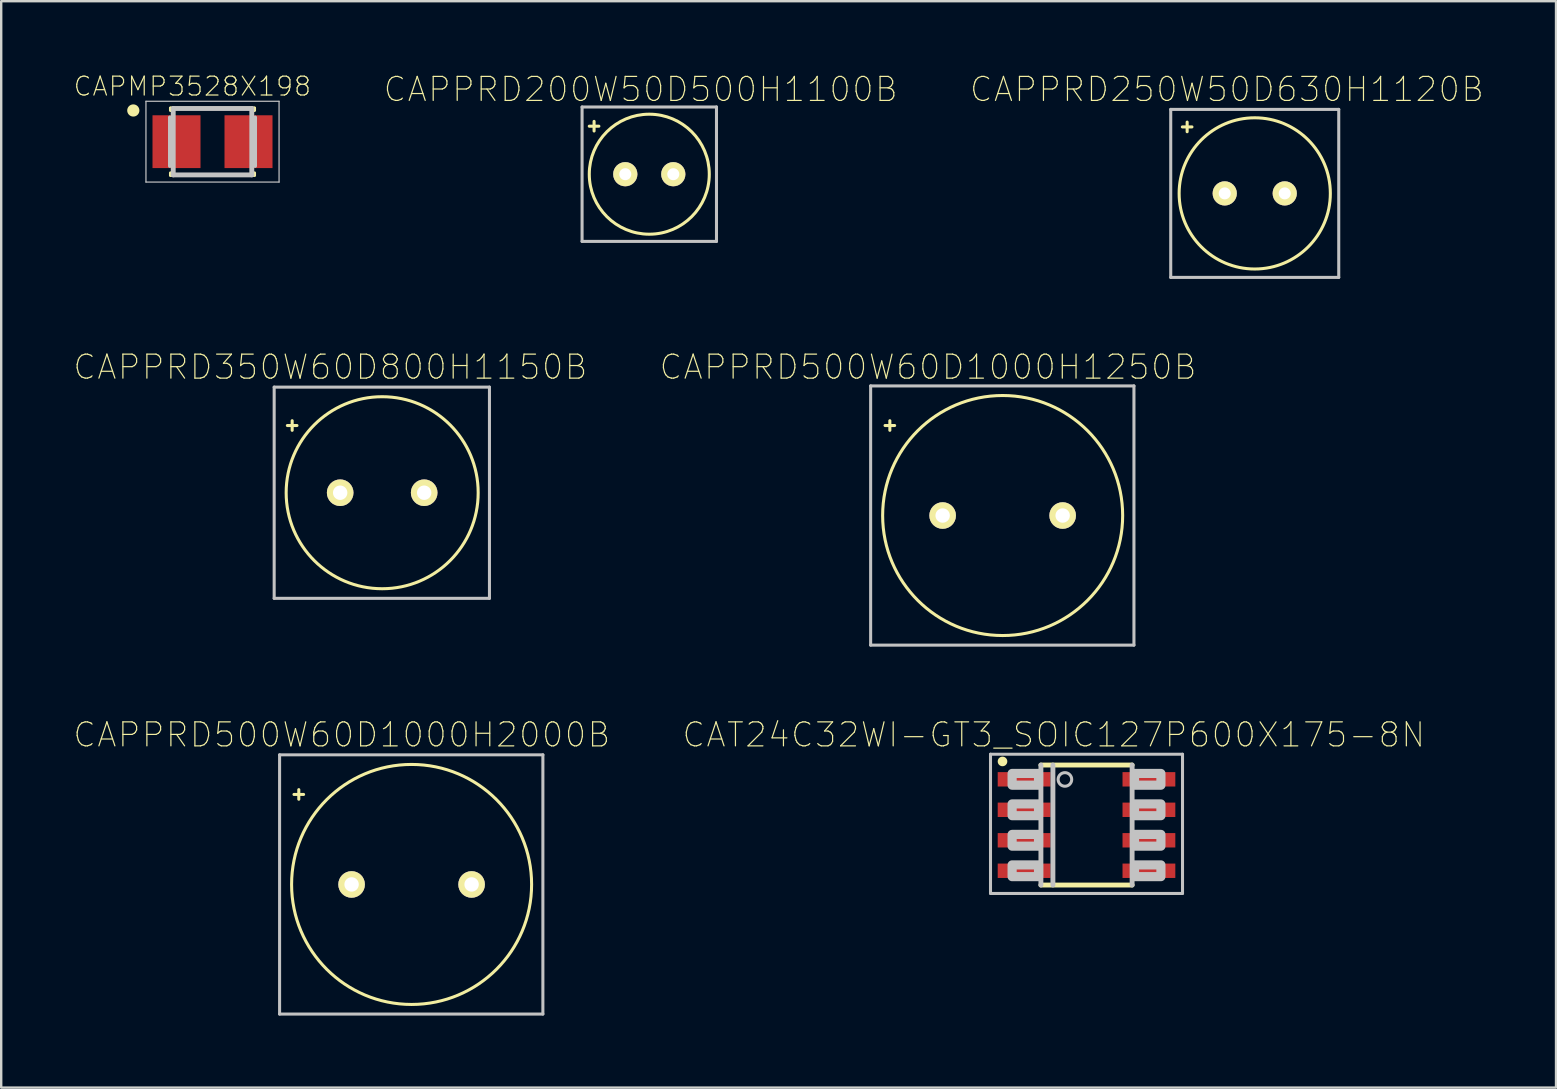
<source format=kicad_pcb>
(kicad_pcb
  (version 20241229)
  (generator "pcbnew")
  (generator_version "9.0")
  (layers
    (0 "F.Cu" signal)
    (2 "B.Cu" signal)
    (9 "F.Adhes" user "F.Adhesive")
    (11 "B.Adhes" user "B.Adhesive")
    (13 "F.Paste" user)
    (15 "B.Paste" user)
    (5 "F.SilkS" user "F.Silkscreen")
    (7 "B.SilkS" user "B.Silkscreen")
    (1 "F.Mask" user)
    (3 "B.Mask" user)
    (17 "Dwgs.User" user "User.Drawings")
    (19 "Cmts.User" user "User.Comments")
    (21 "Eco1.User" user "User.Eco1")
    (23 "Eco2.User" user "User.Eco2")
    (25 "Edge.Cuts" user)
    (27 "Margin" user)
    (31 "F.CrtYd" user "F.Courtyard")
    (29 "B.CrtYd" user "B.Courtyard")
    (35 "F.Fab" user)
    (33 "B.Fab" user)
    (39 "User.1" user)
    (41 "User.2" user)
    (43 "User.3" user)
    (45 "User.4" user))
  (footprint "CAT24C32WI-GT3_SOIC127P600X175-8N"
    (layer "F.Cu")
    (at 42.219 31.325)
    (property "Reference" "CAT24C32WI-GT3_SOIC127P600X175-8N" (at -1.365 -3.76 0) (layer "F.SilkS") (effects (font (size 1 1) (thickness 0.05))))
    (attr smd)
    (fp_line (start -1.9 -2.5) (end 1.9 -2.5) (stroke (width 0.203) (type solid)) (layer "F.SilkS"))
    (fp_line (start 1.9 2.5) (end -1.9 2.5) (stroke (width 0.203) (type solid)) (layer "F.SilkS"))
    (fp_circle (center -3.5 -2.65) (end -3.3 -2.65) (stroke (width 0) (type solid)) (fill yes) (layer "F.SilkS"))
    (fp_line (start -4 -2.95) (end 4 -2.95) (stroke (width 0.127) (type solid)) (layer "Dwgs.User"))
    (fp_line (start -4 2.85) (end -4 -2.95) (stroke (width 0.127) (type solid)) (layer "Dwgs.User"))
    (fp_line (start -1.9 2.5) (end -1.9 -2.5) (stroke (width 0.203) (type solid)) (layer "Dwgs.User"))
    (fp_line (start -1.4 2.5) (end -1.4 -2.5) (stroke (width 0.203) (type solid)) (layer "Dwgs.User"))
    (fp_line (start 1.9 -2.5) (end 1.9 2.5) (stroke (width 0.203) (type solid)) (layer "Dwgs.User"))
    (fp_line (start 4 -2.95) (end 4 2.85) (stroke (width 0.127) (type solid)) (layer "Dwgs.User"))
    (fp_line (start 4 2.85) (end -4 2.85) (stroke (width 0.127) (type solid)) (layer "Dwgs.User"))
    (fp_circle (center -0.9 -1.9) (end -0.617 -1.9) (stroke (width 0.127) (type solid)) (fill no) (layer "Dwgs.User"))
    (fp_poly (pts (xy -2 -2.15) (xy -2 -1.66) (xy -3.1 -1.66) (xy -3.1 -2.15)) (stroke (width 0.381) (type solid)) (fill no) (layer "Dwgs.User"))
    (fp_poly (pts (xy -2 -0.88) (xy -2 -0.39) (xy -3.1 -0.39) (xy -3.1 -0.88)) (stroke (width 0.381) (type solid)) (fill no) (layer "Dwgs.User"))
    (fp_poly (pts (xy -2 0.39) (xy -2 0.88) (xy -3.1 0.88) (xy -3.1 0.39)) (stroke (width 0.381) (type solid)) (fill no) (layer "Dwgs.User"))
    (fp_poly (pts (xy -2 1.66) (xy -2 2.15) (xy -3.1 2.15) (xy -3.1 1.66)) (stroke (width 0.381) (type solid)) (fill no) (layer "Dwgs.User"))
    (fp_poly (pts (xy 3.1 -2.15) (xy 3.1 -1.66) (xy 2 -1.66) (xy 2 -2.15)) (stroke (width 0.381) (type solid)) (fill no) (layer "Dwgs.User"))
    (fp_poly (pts (xy 3.1 -0.88) (xy 3.1 -0.39) (xy 2 -0.39) (xy 2 -0.88)) (stroke (width 0.381) (type solid)) (fill no) (layer "Dwgs.User"))
    (fp_poly (pts (xy 3.1 0.39) (xy 3.1 0.88) (xy 2 0.88) (xy 2 0.39)) (stroke (width 0.381) (type solid)) (fill no) (layer "Dwgs.User"))
    (fp_poly (pts (xy 3.1 1.66) (xy 3.1 2.15) (xy 2 2.15) (xy 2 1.66)) (stroke (width 0.381) (type solid)) (fill no) (layer "Dwgs.User"))
    (pad "1" smd rect (at -2.6 -1.905 270) (size 0.6 2.2) (layers "F.Cu" "F.Mask" "F.Paste"))
    (pad "2" smd rect (at -2.6 -0.635 270) (size 0.6 2.2) (layers "F.Cu" "F.Mask" "F.Paste"))
    (pad "3" smd rect (at -2.6 0.635 270) (size 0.6 2.2) (layers "F.Cu" "F.Mask" "F.Paste"))
    (pad "4" smd rect (at -2.6 1.905 270) (size 0.6 2.2) (layers "F.Cu" "F.Mask" "F.Paste"))
    (pad "5" smd rect (at 2.6 1.905 270) (size 0.6 2.2) (layers "F.Cu" "F.Mask" "F.Paste"))
    (pad "6" smd rect (at 2.6 0.635 270) (size 0.6 2.2) (layers "F.Cu" "F.Mask" "F.Paste"))
    (pad "7" smd rect (at 2.6 -0.635 270) (size 0.6 2.2) (layers "F.Cu" "F.Mask" "F.Paste"))
    (pad "8" smd rect (at 2.6 -1.905 270) (size 0.6 2.2) (layers "F.Cu" "F.Mask" "F.Paste")))
  (footprint "CAPPRD350W60D800H1150B"
    (layer "F.Cu")
    (at 12.873 17.479)
    (property "Reference" "CAPPRD350W60D800H1150B" (at -2.16 -5.235 0) (layer "F.SilkS") (effects (font (size 1 1) (thickness 0.05))))
    (attr through_hole)
    (fp_line (start -3.95 -2.8) (end -3.55 -2.8) (stroke (width 0.127) (type solid)) (layer "F.SilkS"))
    (fp_line (start -3.75 -3) (end -3.75 -2.6) (stroke (width 0.127) (type solid)) (layer "F.SilkS"))
    (fp_circle (center 0 0) (end 4 0) (stroke (width 0.127) (type solid)) (fill no) (layer "F.SilkS"))
    (fp_line (start -4.5 -4.4) (end -4.5 4.4) (stroke (width 0.127) (type solid)) (layer "Dwgs.User"))
    (fp_line (start -4.5 4.4) (end 4.47 4.4) (stroke (width 0.127) (type solid)) (layer "Dwgs.User"))
    (fp_line (start 4.47 -4.4) (end -4.5 -4.4) (stroke (width 0.127) (type solid)) (layer "Dwgs.User"))
    (fp_line (start 4.47 4.4) (end 4.47 -4.4) (stroke (width 0.127) (type solid)) (layer "Dwgs.User"))
    (pad "+" thru_hole circle (at -1.75 0) (size 1.108 1.108) (drill 0.6) (layers "*.Cu" "*.Mask" "F.SilkS"))
    (pad "-" thru_hole circle (at 1.75 0) (size 1.108 1.108) (drill 0.6) (layers "*.Cu" "*.Mask" "F.SilkS")))
  (footprint "CAPPRD500W60D1000H1250B"
    (layer "F.Cu")
    (at 38.725 18.429)
    (property "Reference" "CAPPRD500W60D1000H1250B" (at -3.11 -6.185 0) (layer "F.SilkS") (effects (font (size 1 1) (thickness 0.05))))
    (attr through_hole)
    (fp_line (start -4.9 -3.75) (end -4.5 -3.75) (stroke (width 0.127) (type solid)) (layer "F.SilkS"))
    (fp_line (start -4.7 -3.95) (end -4.7 -3.55) (stroke (width 0.127) (type solid)) (layer "F.SilkS"))
    (fp_circle (center 0 0) (end 5 0) (stroke (width 0.127) (type solid)) (fill no) (layer "F.SilkS"))
    (fp_line (start -5.5 -5.4) (end -5.5 5.4) (stroke (width 0.127) (type solid)) (layer "Dwgs.User"))
    (fp_line (start -5.5 5.4) (end 5.47 5.4) (stroke (width 0.127) (type solid)) (layer "Dwgs.User"))
    (fp_line (start 5.47 -5.4) (end -5.5 -5.4) (stroke (width 0.127) (type solid)) (layer "Dwgs.User"))
    (fp_line (start 5.47 5.4) (end 5.47 -5.4) (stroke (width 0.127) (type solid)) (layer "Dwgs.User"))
    (pad "+" thru_hole circle (at -2.5 0) (size 1.108 1.108) (drill 0.6) (layers "*.Cu" "*.Mask" "F.SilkS"))
    (pad "-" thru_hole circle (at 2.5 0) (size 1.108 1.108) (drill 0.6) (layers "*.Cu" "*.Mask" "F.SilkS")))
  (footprint "CAPPRD250W50D630H1120B"
    (layer "F.Cu")
    (at 49.228 5.008)
    (property "Reference" "CAPPRD250W50D630H1120B" (at -1.16 -4.335 0) (layer "F.SilkS") (effects (font (size 1 1) (thickness 0.05))))
    (attr through_hole)
    (fp_line (start -3.016 -2.77) (end -2.616 -2.77) (stroke (width 0.127) (type solid)) (layer "F.SilkS"))
    (fp_line (start -2.816 -2.97) (end -2.816 -2.57) (stroke (width 0.127) (type solid)) (layer "F.SilkS"))
    (fp_circle (center 0 0) (end 3.15 0) (stroke (width 0.127) (type solid)) (fill no) (layer "F.SilkS"))
    (fp_line (start -3.5 -3.5) (end -3.5 3.5) (stroke (width 0.127) (type solid)) (layer "Dwgs.User"))
    (fp_line (start -3.5 3.5) (end 3.5 3.5) (stroke (width 0.127) (type solid)) (layer "Dwgs.User"))
    (fp_line (start 3.5 -3.5) (end -3.5 -3.5) (stroke (width 0.127) (type solid)) (layer "Dwgs.User"))
    (fp_line (start 3.5 3.5) (end 3.5 -3.5) (stroke (width 0.127) (type solid)) (layer "Dwgs.User"))
    (pad "+" thru_hole circle (at -1.25 0) (size 1.008 1.008) (drill 0.5) (layers "*.Cu" "*.Mask" "F.SilkS"))
    (pad "-" thru_hole circle (at 1.25 0) (size 1.008 1.008) (drill 0.5) (layers "*.Cu" "*.Mask" "F.SilkS")))
  (footprint "CAPPRD500W60D1000H2000B"
    (layer "F.Cu")
    (at 14.099 33.8)
    (property "Reference" "CAPPRD500W60D1000H2000B" (at -2.91 -6.235 0) (layer "F.SilkS") (effects (font (size 1 1) (thickness 0.05))))
    (attr through_hole)
    (fp_line (start -4.9 -3.75) (end -4.5 -3.75) (stroke (width 0.127) (type solid)) (layer "F.SilkS"))
    (fp_line (start -4.7 -3.95) (end -4.7 -3.55) (stroke (width 0.127) (type solid)) (layer "F.SilkS"))
    (fp_circle (center 0 0) (end 5 0) (stroke (width 0.127) (type solid)) (fill no) (layer "F.SilkS"))
    (fp_line (start -5.5 -5.4) (end -5.5 5.4) (stroke (width 0.127) (type solid)) (layer "Dwgs.User"))
    (fp_line (start -5.5 5.4) (end 5.47 5.4) (stroke (width 0.127) (type solid)) (layer "Dwgs.User"))
    (fp_line (start 5.47 -5.4) (end -5.5 -5.4) (stroke (width 0.127) (type solid)) (layer "Dwgs.User"))
    (fp_line (start 5.47 5.4) (end 5.47 -5.4) (stroke (width 0.127) (type solid)) (layer "Dwgs.User"))
    (pad "+" thru_hole circle (at -2.5 0) (size 1.108 1.108) (drill 0.6) (layers "*.Cu" "*.Mask" "F.SilkS"))
    (pad "-" thru_hole circle (at 2.5 0) (size 1.108 1.108) (drill 0.6) (layers "*.Cu" "*.Mask" "F.SilkS")))
  (footprint "CAPPRD200W50D500H1100B"
    (layer "F.Cu")
    (at 24.002 4.208)
    (property "Reference" "CAPPRD200W50D500H1100B" (at -0.36 -3.535 0) (layer "F.SilkS") (effects (font (size 1 1) (thickness 0.05))))
    (attr through_hole)
    (fp_line (start -2.5 -2) (end -2.1 -2) (stroke (width 0.127) (type solid)) (layer "F.SilkS"))
    (fp_line (start -2.3 -2.2) (end -2.3 -1.8) (stroke (width 0.127) (type solid)) (layer "F.SilkS"))
    (fp_circle (center 0 0) (end 2.5 0) (stroke (width 0.127) (type solid)) (fill no) (layer "F.SilkS"))
    (fp_line (start -2.8 -2.8) (end -2.8 2.8) (stroke (width 0.127) (type solid)) (layer "Dwgs.User"))
    (fp_line (start -2.8 2.8) (end 2.8 2.8) (stroke (width 0.127) (type solid)) (layer "Dwgs.User"))
    (fp_line (start 2.8 -2.8) (end -2.8 -2.8) (stroke (width 0.127) (type solid)) (layer "Dwgs.User"))
    (fp_line (start 2.8 2.8) (end 2.8 -2.8) (stroke (width 0.127) (type solid)) (layer "Dwgs.User"))
    (pad "+" thru_hole circle (at -1 0) (size 1.008 1.008) (drill 0.5) (layers "*.Cu" "*.Mask" "F.SilkS"))
    (pad "-" thru_hole circle (at 1 0) (size 1.008 1.008) (drill 0.5) (layers "*.Cu" "*.Mask" "F.SilkS")))
  (footprint "CAPMP3528X198"
    (layer "F.Cu")
    (at 5.804 2.853)
    (property "Reference" "CAPMP3528X198" (at -0.84 -2.305 0) (layer "F.SilkS") (effects (font (size 0.787 0.787) (thickness 0.05))))
    (attr smd)
    (fp_line (start -1.75 -1.4) (end -1.75 -1.3) (stroke (width 0.127) (type solid)) (layer "F.SilkS"))
    (fp_line (start -1.75 -1.4) (end 1.75 -1.4) (stroke (width 0.127) (type solid)) (layer "F.SilkS"))
    (fp_line (start -1.75 1.4) (end -1.75 1.3) (stroke (width 0.127) (type solid)) (layer "F.SilkS"))
    (fp_line (start -1.75 1.4) (end 1.75 1.4) (stroke (width 0.127) (type solid)) (layer "F.SilkS"))
    (fp_line (start 1.75 -1.4) (end 1.75 -1.3) (stroke (width 0.127) (type solid)) (layer "F.SilkS"))
    (fp_line (start 1.75 1.4) (end 1.75 1.3) (stroke (width 0.127) (type solid)) (layer "F.SilkS"))
    (fp_circle (center -3.3 -1.3) (end -3.046 -1.3) (stroke (width 0) (type solid)) (fill yes) (layer "F.SilkS"))
    (fp_line (start -2.773 -1.683) (end 2.773 -1.683) (stroke (width 0.051) (type solid)) (layer "Dwgs.User"))
    (fp_line (start -2.773 1.683) (end -2.773 -1.683) (stroke (width 0.051) (type solid)) (layer "Dwgs.User"))
    (fp_line (start -1.778 1.016) (end -1.778 -1.016) (stroke (width 0.152) (type solid)) (layer "Dwgs.User"))
    (fp_line (start -1.637 -1.383) (end -1.637 1.383) (stroke (width 0.203) (type solid)) (layer "Dwgs.User"))
    (fp_line (start -1.637 -1.383) (end 1.637 -1.383) (stroke (width 0.203) (type solid)) (layer "Dwgs.User"))
    (fp_line (start -1.637 1.383) (end 1.637 1.383) (stroke (width 0.203) (type solid)) (layer "Dwgs.User"))
    (fp_line (start 1.637 -1.383) (end 1.637 1.383) (stroke (width 0.203) (type solid)) (layer "Dwgs.User"))
    (fp_line (start 1.778 1.016) (end 1.778 -1.016) (stroke (width 0.152) (type solid)) (layer "Dwgs.User"))
    (fp_line (start 2.773 -1.683) (end 2.773 1.683) (stroke (width 0.051) (type solid)) (layer "Dwgs.User"))
    (fp_line (start 2.773 1.683) (end -2.773 1.683) (stroke (width 0.051) (type solid)) (layer "Dwgs.User"))
    (pad "+" smd rect (at 1.5 0 180) (size 2 2.2) (layers "F.Cu" "F.Mask" "F.Paste"))
    (pad "-" smd rect (at -1.5 0 180) (size 2 2.2) (layers "F.Cu" "F.Mask" "F.Paste")))
  (gr_rect
    (start -3 -3)
    (end 61.781 42.264)
    (stroke (width 0.1) (type default))
    (fill no)
    (layer "Edge.Cuts")))
</source>
